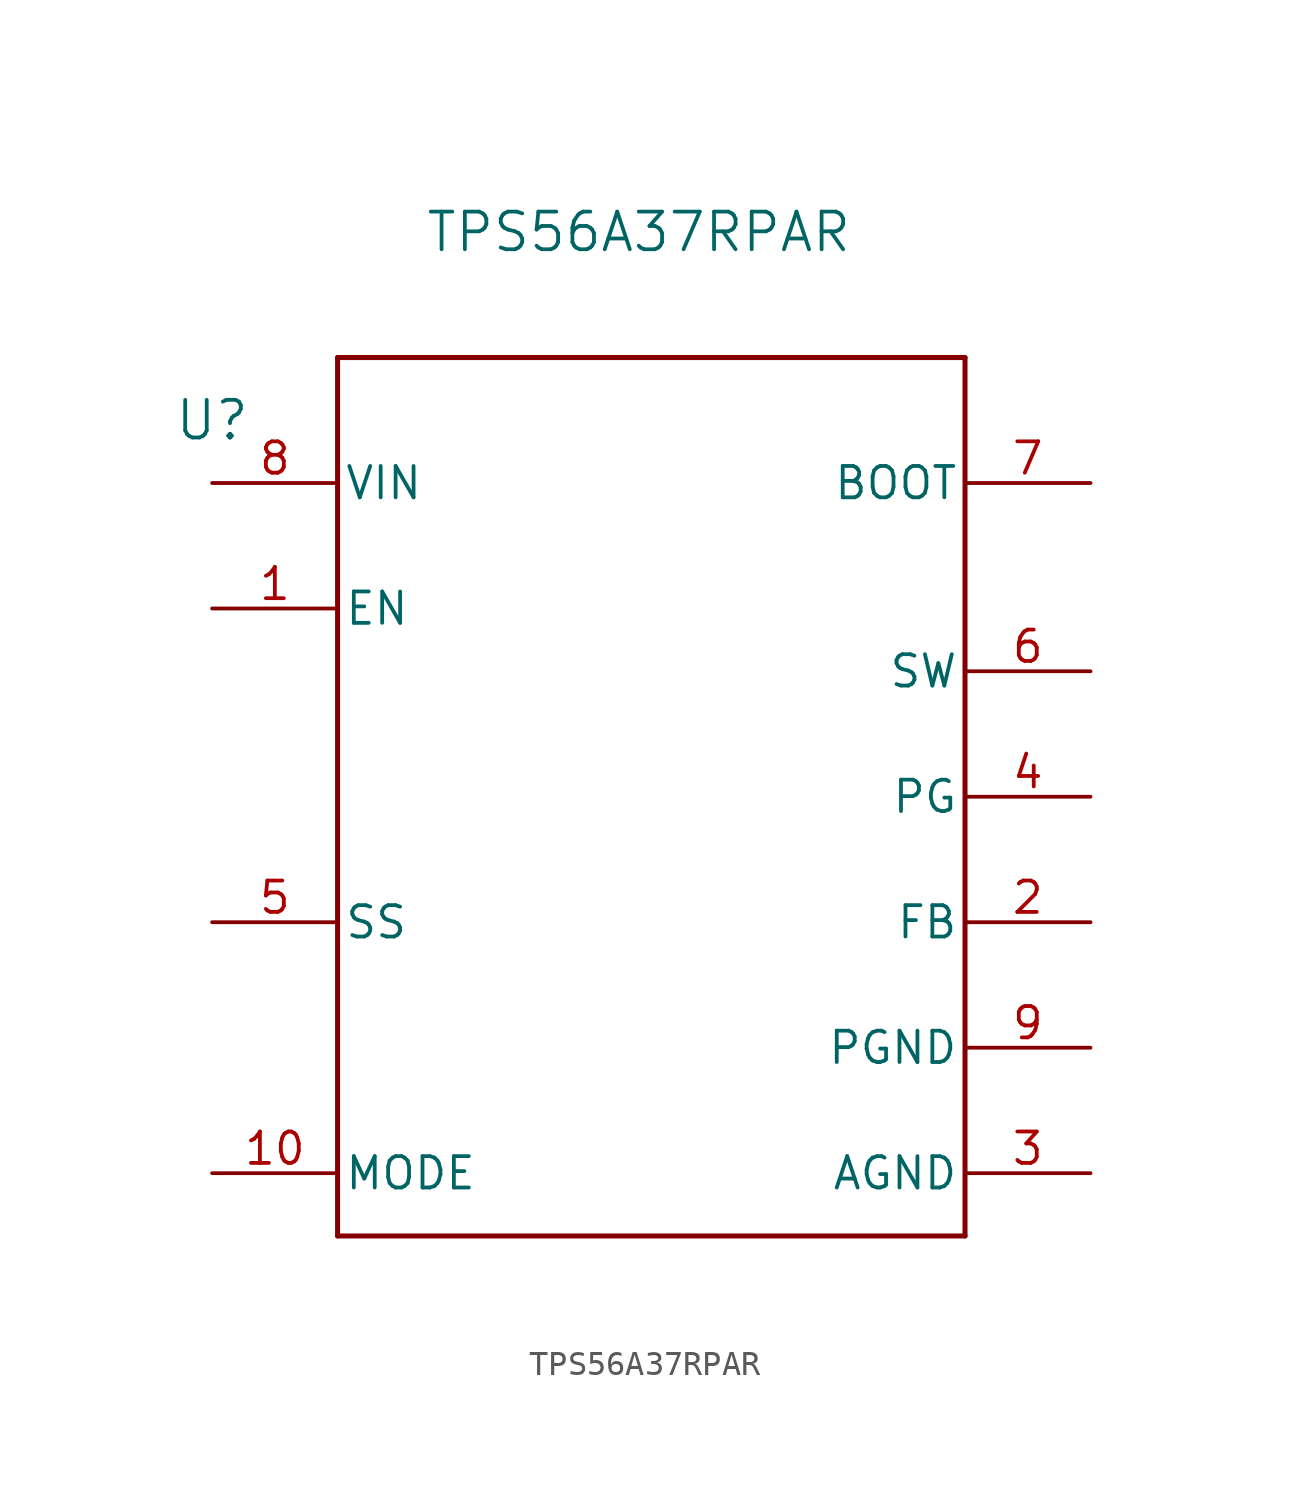
<source format=kicad_sym>
(kicad_symbol_lib
  (version 20241209)
  (generator "kicad_symbol_editor")
  (generator_version "9.0")
  (symbol "TPS56A37RPAR"
    (pin_names
      (offset 0.254))
    (property "Reference" "U"
      (at 0 2.54 0)
      (effects (font (size 1.524 1.524))))
    (property "Value" "TPS56A37RPAR"
      (at 17.272 10.16 0)
      (effects (font (size 1.524 1.524))))
    (symbol "TPS56A37RPAR_0_1"
      (polyline (pts (xy 5.08 5.08) (xy 5.08 -30.48)) (stroke (width 0.203) (type default)) (fill (type none)))
      (polyline (pts (xy 5.08 -30.48) (xy 30.48 -30.48)) (stroke (width 0.203) (type default)) (fill (type none)))
      (polyline (pts (xy 30.48 5.08) (xy 5.08 5.08)) (stroke (width 0.203) (type default)) (fill (type none)))
      (polyline (pts (xy 30.48 -30.48) (xy 30.48 5.08)) (stroke (width 0.203) (type default)) (fill (type none)))
      (pin power_in line (at 0 0 0) (length 5.08) (name "VIN" (effects (font (size 1.27 1.27)))) (number "8" (effects (font (size 1.27 1.27)))))
      (pin input line (at 0 -5.08 0) (length 5.08) (name "EN" (effects (font (size 1.27 1.27)))) (number "1" (effects (font (size 1.27 1.27)))))
      (pin open_collector line (at 35.56 -12.7 180) (length 5.08) (name "PG" (effects (font (size 1.27 1.27)))) (number "4" (effects (font (size 1.27 1.27)))))
      (pin power_in line (at 35.56 -22.86 180) (length 5.08) (name "PGND" (effects (font (size 1.27 1.27)))) (number "9" (effects (font (size 1.27 1.27)))))
      (pin power_in line (at 35.56 -27.94 180) (length 5.08) (name "AGND" (effects (font (size 1.27 1.27)))) (number "3" (effects (font (size 1.27 1.27))))))
    (symbol "TPS56A37RPAR_1_1"
      (pin input line (at 0 -17.78 0) (length 5.08) (name "SS" (effects (font (size 1.27 1.27)))) (number "5" (effects (font (size 1.27 1.27)))))
      (pin input line (at 0 -27.94 0) (length 5.08) (name "MODE" (effects (font (size 1.27 1.27)))) (number "10" (effects (font (size 1.27 1.27)))))
      (pin passive line (at 35.56 0 180) (length 5.08) (name "BOOT" (effects (font (size 1.27 1.27)))) (number "7" (effects (font (size 1.27 1.27)))))
      (pin power_out line (at 35.56 -7.62 180) (length 5.08) (name "SW" (effects (font (size 1.27 1.27)))) (number "6" (effects (font (size 1.27 1.27)))))
      (pin input line (at 35.56 -17.78 180) (length 5.08) (name "FB" (effects (font (size 1.27 1.27)))) (number "2" (effects (font (size 1.27 1.27))))))))
</source>
